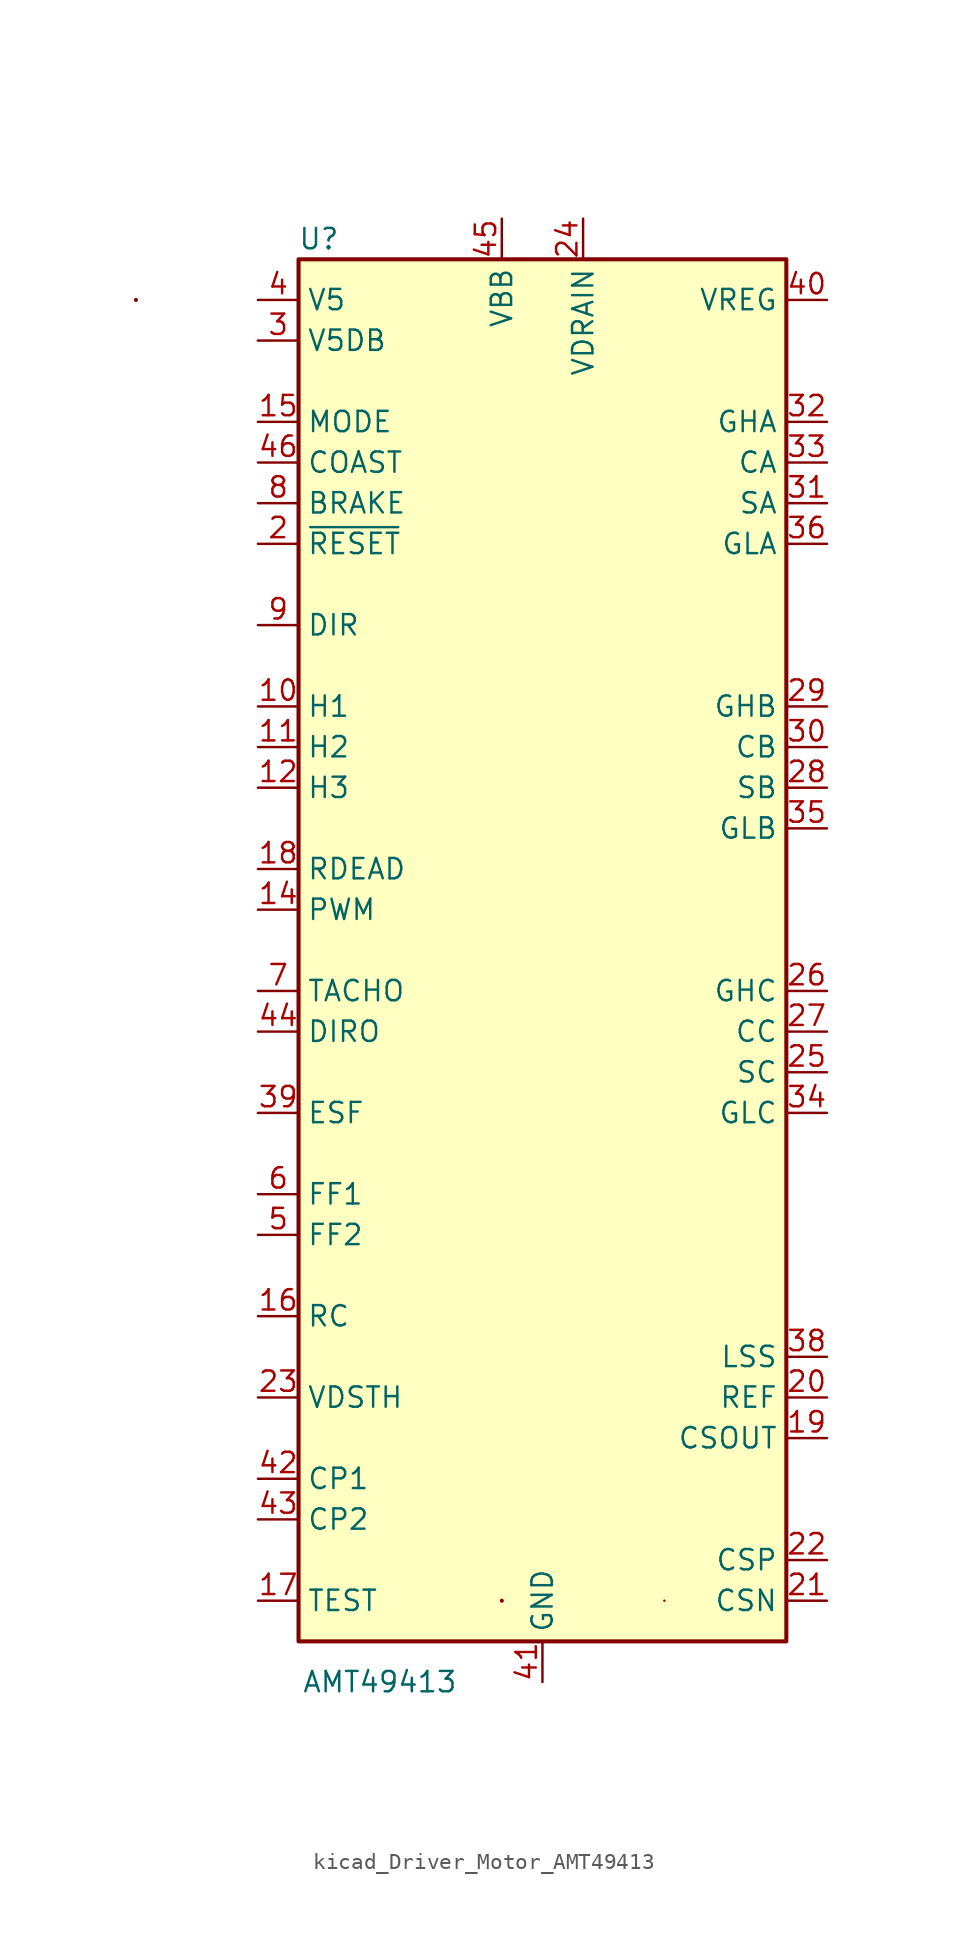
<source format=kicad_sym>
(kicad_symbol_lib
  (version 20220914)
  (generator kicad_symbol_editor)
  (symbol "kicad_Driver_Motor_AMT49413"
    (property "Reference" "U"
      (at -13.97 44.45 0)
      (effects (font (size 1.27 1.27))))
    (property "Value" "AMT49413"
      (at -10.16 -45.72 0)
      (effects (font (size 1.27 1.27))))
    (symbol "kicad_Driver_Motor_AMT49413_0_1"
      (rectangle (start -25.4 40.64) (end -25.4 40.64) (stroke (width 0.254) (type default)) (fill (type none)))
      (rectangle (start -15.24 -43.18) (end 15.24 43.18) (stroke (width 0.254) (type default)) (fill (type background)))
      (rectangle (start -2.54 -40.64) (end -2.54 -40.64) (stroke (width 0.254) (type default)) (fill (type none)))
      (rectangle (start 7.62 -40.64) (end 7.62 -40.64) (stroke (width 0) (type default)) (fill (type none))))
    (symbol "kicad_Driver_Motor_AMT49413_1_1"
      (pin no_connect line (at -5.08 -43.18 90) (length 2.54) hide (name "N.C." (effects (font (size 1.27 1.27)))) (number "1" (effects (font (size 1.27 1.27)))))
      (pin input line (at -17.78 15.24 0) (length 2.54) (name "H1" (effects (font (size 1.27 1.27)))) (number "10" (effects (font (size 1.27 1.27)))))
      (pin input line (at -17.78 12.7 0) (length 2.54) (name "H2" (effects (font (size 1.27 1.27)))) (number "11" (effects (font (size 1.27 1.27)))))
      (pin input line (at -17.78 10.16 0) (length 2.54) (name "H3" (effects (font (size 1.27 1.27)))) (number "12" (effects (font (size 1.27 1.27)))))
      (pin no_connect line (at -2.54 -43.18 90) (length 2.54) hide (name "N.C." (effects (font (size 1.27 1.27)))) (number "13" (effects (font (size 1.27 1.27)))))
      (pin input line (at -17.78 2.54 0) (length 2.54) (name "PWM" (effects (font (size 1.27 1.27)))) (number "14" (effects (font (size 1.27 1.27)))))
      (pin input line (at -17.78 33.02 0) (length 2.54) (name "MODE" (effects (font (size 1.27 1.27)))) (number "15" (effects (font (size 1.27 1.27)))))
      (pin passive line (at -17.78 -22.86 0) (length 2.54) (name "RC" (effects (font (size 1.27 1.27)))) (number "16" (effects (font (size 1.27 1.27)))))
      (pin input line (at -17.78 -40.64 0) (length 2.54) (name "TEST" (effects (font (size 1.27 1.27)))) (number "17" (effects (font (size 1.27 1.27)))))
      (pin passive line (at -17.78 5.08 0) (length 2.54) (name "RDEAD" (effects (font (size 1.27 1.27)))) (number "18" (effects (font (size 1.27 1.27)))))
      (pin input line (at 17.78 -30.48 180) (length 2.54) (name "CSOUT" (effects (font (size 1.27 1.27)))) (number "19" (effects (font (size 1.27 1.27)))))
      (pin input line (at -17.78 25.4 0) (length 2.54) (name "~{RESET}" (effects (font (size 1.27 1.27)))) (number "2" (effects (font (size 1.27 1.27)))))
      (pin input line (at 17.78 -27.94 180) (length 2.54) (name "REF" (effects (font (size 1.27 1.27)))) (number "20" (effects (font (size 1.27 1.27)))))
      (pin input line (at 17.78 -40.64 180) (length 2.54) (name "CSN" (effects (font (size 1.27 1.27)))) (number "21" (effects (font (size 1.27 1.27)))))
      (pin input line (at 17.78 -38.1 180) (length 2.54) (name "CSP" (effects (font (size 1.27 1.27)))) (number "22" (effects (font (size 1.27 1.27)))))
      (pin input line (at -17.78 -27.94 0) (length 2.54) (name "VDSTH" (effects (font (size 1.27 1.27)))) (number "23" (effects (font (size 1.27 1.27)))))
      (pin power_in line (at 2.54 45.72 270) (length 2.54) (name "VDRAIN" (effects (font (size 1.27 1.27)))) (number "24" (effects (font (size 1.27 1.27)))))
      (pin input line (at 17.78 -7.62 180) (length 2.54) (name "SC" (effects (font (size 1.27 1.27)))) (number "25" (effects (font (size 1.27 1.27)))))
      (pin output line (at 17.78 -2.54 180) (length 2.54) (name "GHC" (effects (font (size 1.27 1.27)))) (number "26" (effects (font (size 1.27 1.27)))))
      (pin passive line (at 17.78 -5.08 180) (length 2.54) (name "CC" (effects (font (size 1.27 1.27)))) (number "27" (effects (font (size 1.27 1.27)))))
      (pin input line (at 17.78 10.16 180) (length 2.54) (name "SB" (effects (font (size 1.27 1.27)))) (number "28" (effects (font (size 1.27 1.27)))))
      (pin output line (at 17.78 15.24 180) (length 2.54) (name "GHB" (effects (font (size 1.27 1.27)))) (number "29" (effects (font (size 1.27 1.27)))))
      (pin power_out line (at -17.78 38.1 0) (length 2.54) (name "V5DB" (effects (font (size 1.27 1.27)))) (number "3" (effects (font (size 1.27 1.27)))))
      (pin passive line (at 17.78 12.7 180) (length 2.54) (name "CB" (effects (font (size 1.27 1.27)))) (number "30" (effects (font (size 1.27 1.27)))))
      (pin input line (at 17.78 27.94 180) (length 2.54) (name "SA" (effects (font (size 1.27 1.27)))) (number "31" (effects (font (size 1.27 1.27)))))
      (pin output line (at 17.78 33.02 180) (length 2.54) (name "GHA" (effects (font (size 1.27 1.27)))) (number "32" (effects (font (size 1.27 1.27)))))
      (pin passive line (at 17.78 30.48 180) (length 2.54) (name "CA" (effects (font (size 1.27 1.27)))) (number "33" (effects (font (size 1.27 1.27)))))
      (pin output line (at 17.78 -10.16 180) (length 2.54) (name "GLC" (effects (font (size 1.27 1.27)))) (number "34" (effects (font (size 1.27 1.27)))))
      (pin output line (at 17.78 7.62 180) (length 2.54) (name "GLB" (effects (font (size 1.27 1.27)))) (number "35" (effects (font (size 1.27 1.27)))))
      (pin output line (at 17.78 25.4 180) (length 2.54) (name "GLA" (effects (font (size 1.27 1.27)))) (number "36" (effects (font (size 1.27 1.27)))))
      (pin no_connect line (at 5.08 -43.18 90) (length 2.54) hide (name "N.C." (effects (font (size 1.27 1.27)))) (number "37" (effects (font (size 1.27 1.27)))))
      (pin input line (at 17.78 -25.4 180) (length 2.54) (name "LSS" (effects (font (size 1.27 1.27)))) (number "38" (effects (font (size 1.27 1.27)))))
      (pin input line (at -17.78 -10.16 0) (length 2.54) (name "ESF" (effects (font (size 1.27 1.27)))) (number "39" (effects (font (size 1.27 1.27)))))
      (pin power_out line (at -17.78 40.64 0) (length 2.54) (name "V5" (effects (font (size 1.27 1.27)))) (number "4" (effects (font (size 1.27 1.27)))))
      (pin power_out line (at 17.78 40.64 180) (length 2.54) (name "VREG" (effects (font (size 1.27 1.27)))) (number "40" (effects (font (size 1.27 1.27)))))
      (pin power_in line (at 0 -45.72 90) (length 2.54) (name "GND" (effects (font (size 1.27 1.27)))) (number "41" (effects (font (size 1.27 1.27)))))
      (pin passive line (at -17.78 -33.02 0) (length 2.54) (name "CP1" (effects (font (size 1.27 1.27)))) (number "42" (effects (font (size 1.27 1.27)))))
      (pin passive line (at -17.78 -35.56 0) (length 2.54) (name "CP2" (effects (font (size 1.27 1.27)))) (number "43" (effects (font (size 1.27 1.27)))))
      (pin output line (at -17.78 -5.08 0) (length 2.54) (name "DIRO" (effects (font (size 1.27 1.27)))) (number "44" (effects (font (size 1.27 1.27)))))
      (pin power_in line (at -2.54 45.72 270) (length 2.54) (name "VBB" (effects (font (size 1.27 1.27)))) (number "45" (effects (font (size 1.27 1.27)))))
      (pin input line (at -17.78 30.48 0) (length 2.54) (name "COAST" (effects (font (size 1.27 1.27)))) (number "46" (effects (font (size 1.27 1.27)))))
      (pin no_connect line (at 7.62 -43.18 90) (length 2.54) hide (name "N.C." (effects (font (size 1.27 1.27)))) (number "47" (effects (font (size 1.27 1.27)))))
      (pin no_connect line (at -7.62 -43.18 90) (length 2.54) hide (name "N.C." (effects (font (size 1.27 1.27)))) (number "48" (effects (font (size 1.27 1.27)))))
      (pin passive line (at 0 -45.72 90) (length 2.54) hide (name "GND" (effects (font (size 1.27 1.27)))) (number "49" (effects (font (size 1.27 1.27)))))
      (pin open_collector line (at -17.78 -17.78 0) (length 2.54) (name "FF2" (effects (font (size 1.27 1.27)))) (number "5" (effects (font (size 1.27 1.27)))))
      (pin open_collector line (at -17.78 -15.24 0) (length 2.54) (name "FF1" (effects (font (size 1.27 1.27)))) (number "6" (effects (font (size 1.27 1.27)))))
      (pin output line (at -17.78 -2.54 0) (length 2.54) (name "TACHO" (effects (font (size 1.27 1.27)))) (number "7" (effects (font (size 1.27 1.27)))))
      (pin input line (at -17.78 27.94 0) (length 2.54) (name "BRAKE" (effects (font (size 1.27 1.27)))) (number "8" (effects (font (size 1.27 1.27)))))
      (pin input line (at -17.78 20.32 0) (length 2.54) (name "DIR" (effects (font (size 1.27 1.27)))) (number "9" (effects (font (size 1.27 1.27))))))))
</source>
